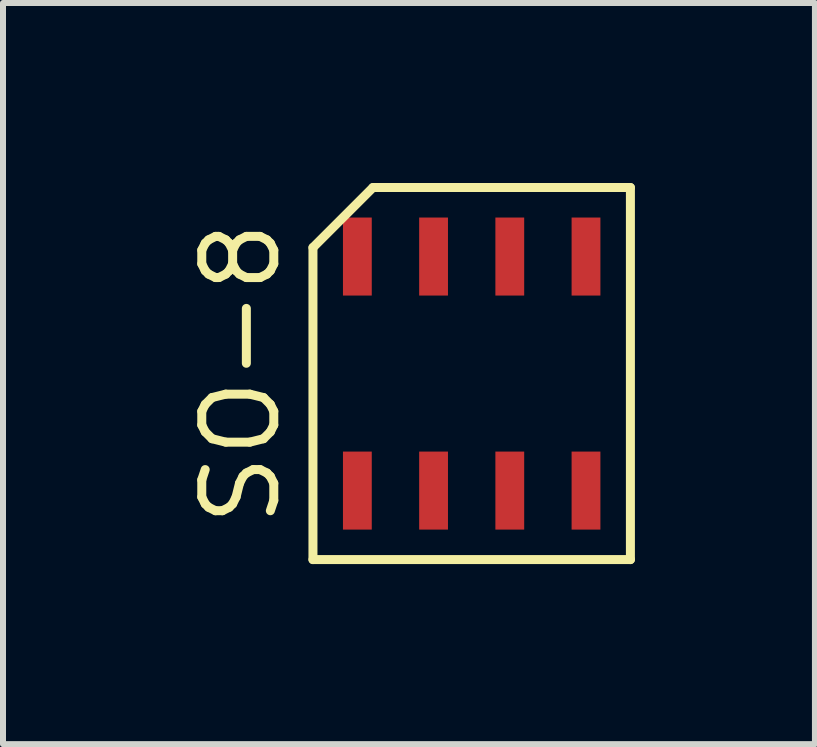
<source format=kicad_pcb>
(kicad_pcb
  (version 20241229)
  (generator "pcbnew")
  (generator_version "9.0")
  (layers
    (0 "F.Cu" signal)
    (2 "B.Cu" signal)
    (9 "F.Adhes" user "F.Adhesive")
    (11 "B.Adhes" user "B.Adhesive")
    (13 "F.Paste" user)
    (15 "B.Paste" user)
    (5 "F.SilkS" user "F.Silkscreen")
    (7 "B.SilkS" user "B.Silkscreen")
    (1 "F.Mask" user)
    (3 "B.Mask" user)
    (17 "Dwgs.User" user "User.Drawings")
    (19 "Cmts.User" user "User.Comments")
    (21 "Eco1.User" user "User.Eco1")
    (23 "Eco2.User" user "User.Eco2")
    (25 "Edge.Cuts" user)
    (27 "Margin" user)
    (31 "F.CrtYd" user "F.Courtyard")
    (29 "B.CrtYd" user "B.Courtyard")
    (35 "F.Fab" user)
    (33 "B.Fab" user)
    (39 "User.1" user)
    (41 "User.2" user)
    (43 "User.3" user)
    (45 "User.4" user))
  (footprint "SO-8"
    (layer "F.Cu")
    (at 4.81 3.175)
    (property "Reference" "SO-8" (at -3.845 0 90) (layer "F.SilkS") (effects (font (size 1.2 1.2) (thickness 0.15))))
    (attr through_hole)
    (fp_line (start -2.645 -2.1) (end -2.645 3.1) (stroke (width 0.15) (type solid)) (layer "F.SilkS"))
    (fp_line (start -2.645 3.1) (end 2.645 3.1) (stroke (width 0.15) (type solid)) (layer "F.SilkS"))
    (fp_line (start -1.645 -3.1) (end -2.645 -2.1) (stroke (width 0.15) (type solid)) (layer "F.SilkS"))
    (fp_line (start 2.645 -3.1) (end -1.645 -3.1) (stroke (width 0.15) (type solid)) (layer "F.SilkS"))
    (fp_line (start 2.645 3.1) (end 2.645 -3.1) (stroke (width 0.15) (type solid)) (layer "F.SilkS"))
    (pad "1" smd rect (at -1.905 1.95) (size 0.48 1.3) (layers "F.Cu" "F.Mask" "F.Paste"))
    (pad "2" smd rect (at -0.635 1.95) (size 0.48 1.3) (layers "F.Cu" "F.Mask" "F.Paste"))
    (pad "3" smd rect (at 0.635 1.95) (size 0.48 1.3) (layers "F.Cu" "F.Mask" "F.Paste"))
    (pad "4" smd rect (at 1.905 1.95) (size 0.48 1.3) (layers "F.Cu" "F.Mask" "F.Paste"))
    (pad "5" smd rect (at 1.905 -1.95) (size 0.48 1.3) (layers "F.Cu" "F.Mask" "F.Paste"))
    (pad "6" smd rect (at 0.635 -1.95) (size 0.48 1.3) (layers "F.Cu" "F.Mask" "F.Paste"))
    (pad "7" smd rect (at -0.635 -1.95) (size 0.48 1.3) (layers "F.Cu" "F.Mask" "F.Paste"))
    (pad "8" smd rect (at -1.905 -1.95) (size 0.48 1.3) (layers "F.Cu" "F.Mask" "F.Paste")))
  (gr_rect
    (start -3 -3)
    (end 10.53 9.35)
    (stroke (width 0.1) (type default))
    (fill no)
    (layer "Edge.Cuts")))
</source>
